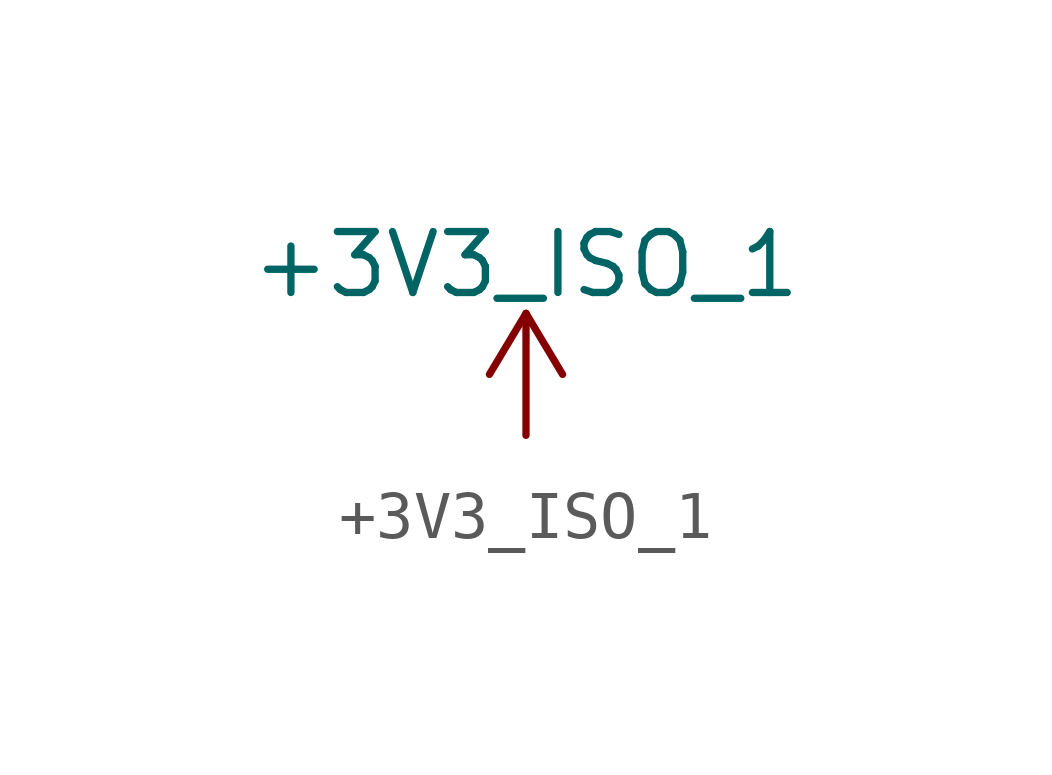
<source format=kicad_sym>
(kicad_symbol_lib
  (version 20220914)
  (generator kicad_symbol_editor)
  (symbol "+3V3_ISO_1"
    (power)
    (pin_names
      (offset 0))
    (property "Reference" "#PWR"
      (at 0 -3.81 0)
      (effects (font (size 1.27 1.27)) hide))
    (property "Value" "+3V3_ISO_1"
      (at 0 3.556 0)
      (effects (font (size 1.27 1.27))))
    (symbol "+3V3_ISO_1_0_1"
      (polyline (pts (xy -0.762 1.27) (xy 0 2.54)) (stroke (width 0) (type default)) (fill (type none)))
      (polyline (pts (xy 0 0) (xy 0 2.54)) (stroke (width 0) (type default)) (fill (type none)))
      (polyline (pts (xy 0 2.54) (xy 0.762 1.27)) (stroke (width 0) (type default)) (fill (type none))))
    (symbol "+3V3_ISO_1_1_1"
      (pin power_in line (at 0 0 0) (length 0) hide (name "+3V3_ISO_1" (effects (font (size 1.27 1.27)))) (number "1" (effects (font (size 1.27 1.27))))))))
</source>
